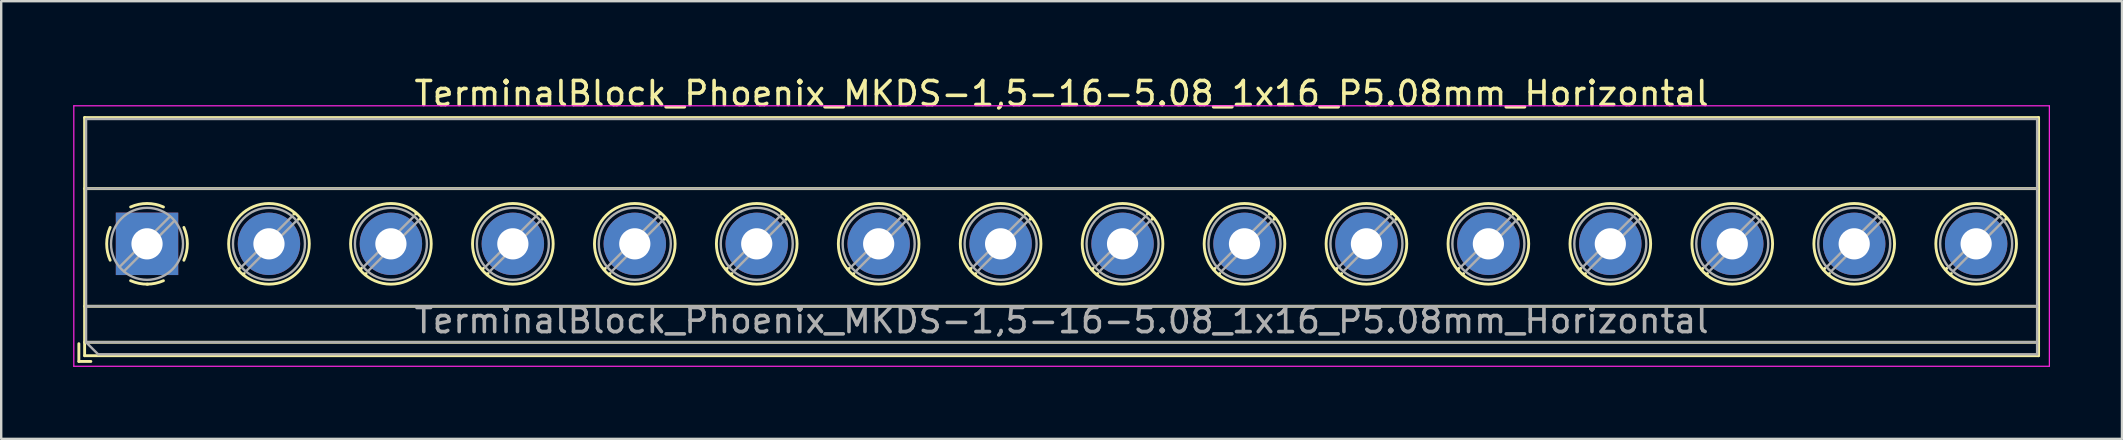
<source format=kicad_pcb>
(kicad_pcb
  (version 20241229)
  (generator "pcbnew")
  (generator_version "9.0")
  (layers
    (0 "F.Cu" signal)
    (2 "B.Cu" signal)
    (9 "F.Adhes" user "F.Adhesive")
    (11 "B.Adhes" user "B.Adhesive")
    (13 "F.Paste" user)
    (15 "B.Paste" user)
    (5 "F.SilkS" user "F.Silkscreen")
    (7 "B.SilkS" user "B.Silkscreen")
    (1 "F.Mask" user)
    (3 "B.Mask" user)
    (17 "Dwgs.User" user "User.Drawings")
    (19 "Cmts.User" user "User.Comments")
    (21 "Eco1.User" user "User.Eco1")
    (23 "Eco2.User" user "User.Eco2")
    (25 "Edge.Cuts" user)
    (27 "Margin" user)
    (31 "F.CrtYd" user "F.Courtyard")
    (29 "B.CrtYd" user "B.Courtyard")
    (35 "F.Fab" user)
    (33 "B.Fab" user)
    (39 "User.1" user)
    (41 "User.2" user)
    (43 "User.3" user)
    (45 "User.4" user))
  (footprint "TerminalBlock_Phoenix_MKDS-1,5-16-5.08_1x16_P5.08mm_Horizontal"
    (layer "F.Cu")
    (at 3.075 7.108)
    (property "Reference" "TerminalBlock_Phoenix_MKDS-1,5-16-5.08_1x16_P5.08mm_Horizontal" (at 38.1 -6.26 0) (layer "F.SilkS") (effects (font (size 1 1) (thickness 0.15))))
    (attr through_hole)
    (fp_line (start -2.84 4.16) (end -2.84 4.9) (stroke (width 0.12) (type solid)) (layer "F.SilkS"))
    (fp_line (start -2.84 4.9) (end -2.34 4.9) (stroke (width 0.12) (type solid)) (layer "F.SilkS"))
    (fp_line (start -2.6 -5.261) (end -2.6 4.66) (stroke (width 0.12) (type solid)) (layer "F.SilkS"))
    (fp_line (start -2.6 -5.261) (end 78.801 -5.261) (stroke (width 0.12) (type solid)) (layer "F.SilkS"))
    (fp_line (start -2.6 -2.301) (end 78.801 -2.301) (stroke (width 0.12) (type solid)) (layer "F.SilkS"))
    (fp_line (start -2.6 2.6) (end 78.801 2.6) (stroke (width 0.12) (type solid)) (layer "F.SilkS"))
    (fp_line (start -2.6 4.1) (end 78.801 4.1) (stroke (width 0.12) (type solid)) (layer "F.SilkS"))
    (fp_line (start -2.6 4.66) (end 78.801 4.66) (stroke (width 0.12) (type solid)) (layer "F.SilkS"))
    (fp_line (start 3.853 1.023) (end 3.806 1.069) (stroke (width 0.12) (type solid)) (layer "F.SilkS"))
    (fp_line (start 4.046 1.239) (end 4.011 1.274) (stroke (width 0.12) (type solid)) (layer "F.SilkS"))
    (fp_line (start 6.15 -1.275) (end 6.115 -1.239) (stroke (width 0.12) (type solid)) (layer "F.SilkS"))
    (fp_line (start 6.355 -1.069) (end 6.308 -1.023) (stroke (width 0.12) (type solid)) (layer "F.SilkS"))
    (fp_line (start 8.933 1.023) (end 8.886 1.069) (stroke (width 0.12) (type solid)) (layer "F.SilkS"))
    (fp_line (start 9.126 1.239) (end 9.091 1.274) (stroke (width 0.12) (type solid)) (layer "F.SilkS"))
    (fp_line (start 11.23 -1.275) (end 11.195 -1.239) (stroke (width 0.12) (type solid)) (layer "F.SilkS"))
    (fp_line (start 11.435 -1.069) (end 11.388 -1.023) (stroke (width 0.12) (type solid)) (layer "F.SilkS"))
    (fp_line (start 14.013 1.023) (end 13.966 1.069) (stroke (width 0.12) (type solid)) (layer "F.SilkS"))
    (fp_line (start 14.206 1.239) (end 14.171 1.274) (stroke (width 0.12) (type solid)) (layer "F.SilkS"))
    (fp_line (start 16.31 -1.275) (end 16.275 -1.239) (stroke (width 0.12) (type solid)) (layer "F.SilkS"))
    (fp_line (start 16.515 -1.069) (end 16.468 -1.023) (stroke (width 0.12) (type solid)) (layer "F.SilkS"))
    (fp_line (start 19.093 1.023) (end 19.046 1.069) (stroke (width 0.12) (type solid)) (layer "F.SilkS"))
    (fp_line (start 19.286 1.239) (end 19.251 1.274) (stroke (width 0.12) (type solid)) (layer "F.SilkS"))
    (fp_line (start 21.39 -1.275) (end 21.355 -1.239) (stroke (width 0.12) (type solid)) (layer "F.SilkS"))
    (fp_line (start 21.595 -1.069) (end 21.548 -1.023) (stroke (width 0.12) (type solid)) (layer "F.SilkS"))
    (fp_line (start 24.173 1.023) (end 24.126 1.069) (stroke (width 0.12) (type solid)) (layer "F.SilkS"))
    (fp_line (start 24.366 1.239) (end 24.331 1.274) (stroke (width 0.12) (type solid)) (layer "F.SilkS"))
    (fp_line (start 26.47 -1.275) (end 26.435 -1.239) (stroke (width 0.12) (type solid)) (layer "F.SilkS"))
    (fp_line (start 26.675 -1.069) (end 26.628 -1.023) (stroke (width 0.12) (type solid)) (layer "F.SilkS"))
    (fp_line (start 29.253 1.023) (end 29.206 1.069) (stroke (width 0.12) (type solid)) (layer "F.SilkS"))
    (fp_line (start 29.446 1.239) (end 29.411 1.274) (stroke (width 0.12) (type solid)) (layer "F.SilkS"))
    (fp_line (start 31.55 -1.275) (end 31.515 -1.239) (stroke (width 0.12) (type solid)) (layer "F.SilkS"))
    (fp_line (start 31.755 -1.069) (end 31.708 -1.023) (stroke (width 0.12) (type solid)) (layer "F.SilkS"))
    (fp_line (start 34.333 1.023) (end 34.286 1.069) (stroke (width 0.12) (type solid)) (layer "F.SilkS"))
    (fp_line (start 34.526 1.239) (end 34.491 1.274) (stroke (width 0.12) (type solid)) (layer "F.SilkS"))
    (fp_line (start 36.63 -1.275) (end 36.595 -1.239) (stroke (width 0.12) (type solid)) (layer "F.SilkS"))
    (fp_line (start 36.835 -1.069) (end 36.788 -1.023) (stroke (width 0.12) (type solid)) (layer "F.SilkS"))
    (fp_line (start 39.413 1.023) (end 39.366 1.069) (stroke (width 0.12) (type solid)) (layer "F.SilkS"))
    (fp_line (start 39.606 1.239) (end 39.571 1.274) (stroke (width 0.12) (type solid)) (layer "F.SilkS"))
    (fp_line (start 41.71 -1.275) (end 41.675 -1.239) (stroke (width 0.12) (type solid)) (layer "F.SilkS"))
    (fp_line (start 41.915 -1.069) (end 41.868 -1.023) (stroke (width 0.12) (type solid)) (layer "F.SilkS"))
    (fp_line (start 44.493 1.023) (end 44.446 1.069) (stroke (width 0.12) (type solid)) (layer "F.SilkS"))
    (fp_line (start 44.686 1.239) (end 44.651 1.274) (stroke (width 0.12) (type solid)) (layer "F.SilkS"))
    (fp_line (start 46.79 -1.275) (end 46.755 -1.239) (stroke (width 0.12) (type solid)) (layer "F.SilkS"))
    (fp_line (start 46.995 -1.069) (end 46.948 -1.023) (stroke (width 0.12) (type solid)) (layer "F.SilkS"))
    (fp_line (start 49.573 1.023) (end 49.526 1.069) (stroke (width 0.12) (type solid)) (layer "F.SilkS"))
    (fp_line (start 49.766 1.239) (end 49.731 1.274) (stroke (width 0.12) (type solid)) (layer "F.SilkS"))
    (fp_line (start 51.87 -1.275) (end 51.835 -1.239) (stroke (width 0.12) (type solid)) (layer "F.SilkS"))
    (fp_line (start 52.075 -1.069) (end 52.028 -1.023) (stroke (width 0.12) (type solid)) (layer "F.SilkS"))
    (fp_line (start 54.653 1.023) (end 54.606 1.069) (stroke (width 0.12) (type solid)) (layer "F.SilkS"))
    (fp_line (start 54.846 1.239) (end 54.811 1.274) (stroke (width 0.12) (type solid)) (layer "F.SilkS"))
    (fp_line (start 56.95 -1.275) (end 56.915 -1.239) (stroke (width 0.12) (type solid)) (layer "F.SilkS"))
    (fp_line (start 57.155 -1.069) (end 57.108 -1.023) (stroke (width 0.12) (type solid)) (layer "F.SilkS"))
    (fp_line (start 59.733 1.023) (end 59.686 1.069) (stroke (width 0.12) (type solid)) (layer "F.SilkS"))
    (fp_line (start 59.926 1.239) (end 59.891 1.274) (stroke (width 0.12) (type solid)) (layer "F.SilkS"))
    (fp_line (start 62.03 -1.275) (end 61.995 -1.239) (stroke (width 0.12) (type solid)) (layer "F.SilkS"))
    (fp_line (start 62.235 -1.069) (end 62.188 -1.023) (stroke (width 0.12) (type solid)) (layer "F.SilkS"))
    (fp_line (start 64.813 1.023) (end 64.766 1.069) (stroke (width 0.12) (type solid)) (layer "F.SilkS"))
    (fp_line (start 65.006 1.239) (end 64.971 1.274) (stroke (width 0.12) (type solid)) (layer "F.SilkS"))
    (fp_line (start 67.11 -1.275) (end 67.075 -1.239) (stroke (width 0.12) (type solid)) (layer "F.SilkS"))
    (fp_line (start 67.315 -1.069) (end 67.268 -1.023) (stroke (width 0.12) (type solid)) (layer "F.SilkS"))
    (fp_line (start 69.893 1.023) (end 69.846 1.069) (stroke (width 0.12) (type solid)) (layer "F.SilkS"))
    (fp_line (start 70.086 1.239) (end 70.051 1.274) (stroke (width 0.12) (type solid)) (layer "F.SilkS"))
    (fp_line (start 72.19 -1.275) (end 72.155 -1.239) (stroke (width 0.12) (type solid)) (layer "F.SilkS"))
    (fp_line (start 72.395 -1.069) (end 72.348 -1.023) (stroke (width 0.12) (type solid)) (layer "F.SilkS"))
    (fp_line (start 74.973 1.023) (end 74.926 1.069) (stroke (width 0.12) (type solid)) (layer "F.SilkS"))
    (fp_line (start 75.166 1.239) (end 75.131 1.274) (stroke (width 0.12) (type solid)) (layer "F.SilkS"))
    (fp_line (start 77.27 -1.275) (end 77.235 -1.239) (stroke (width 0.12) (type solid)) (layer "F.SilkS"))
    (fp_line (start 77.475 -1.069) (end 77.428 -1.023) (stroke (width 0.12) (type solid)) (layer "F.SilkS"))
    (fp_line (start 78.801 -5.261) (end 78.801 4.66) (stroke (width 0.12) (type solid)) (layer "F.SilkS"))
    (fp_arc (start -1.535427 0.683042) (mid -1.680501 -0.000524) (end -1.535 -0.684) (stroke (width 0.12) (type solid)) (layer "F.SilkS"))
    (fp_arc (start -0.683042 -1.535427) (mid 0.000524 -1.680501) (end 0.684 -1.535) (stroke (width 0.12) (type solid)) (layer "F.SilkS"))
    (fp_arc (start 0.028805 1.680253) (mid -0.335551 1.646659) (end -0.684 1.535) (stroke (width 0.12) (type solid)) (layer "F.SilkS"))
    (fp_arc (start 0.683318 1.534756) (mid 0.349292 1.643288) (end 0 1.68) (stroke (width 0.12) (type solid)) (layer "F.SilkS"))
    (fp_arc (start 1.535427 -0.683042) (mid 1.680501 0.000524) (end 1.535 0.684) (stroke (width 0.12) (type solid)) (layer "F.SilkS"))
    (fp_circle (center 5.08 0) (end 6.76 0) (stroke (width 0.12) (type solid)) (fill no) (layer "F.SilkS"))
    (fp_circle (center 10.16 0) (end 11.84 0) (stroke (width 0.12) (type solid)) (fill no) (layer "F.SilkS"))
    (fp_circle (center 15.24 0) (end 16.92 0) (stroke (width 0.12) (type solid)) (fill no) (layer "F.SilkS"))
    (fp_circle (center 20.32 0) (end 22 0) (stroke (width 0.12) (type solid)) (fill no) (layer "F.SilkS"))
    (fp_circle (center 25.4 0) (end 27.08 0) (stroke (width 0.12) (type solid)) (fill no) (layer "F.SilkS"))
    (fp_circle (center 30.48 0) (end 32.16 0) (stroke (width 0.12) (type solid)) (fill no) (layer "F.SilkS"))
    (fp_circle (center 35.56 0) (end 37.24 0) (stroke (width 0.12) (type solid)) (fill no) (layer "F.SilkS"))
    (fp_circle (center 40.64 0) (end 42.32 0) (stroke (width 0.12) (type solid)) (fill no) (layer "F.SilkS"))
    (fp_circle (center 45.72 0) (end 47.4 0) (stroke (width 0.12) (type solid)) (fill no) (layer "F.SilkS"))
    (fp_circle (center 50.8 0) (end 52.48 0) (stroke (width 0.12) (type solid)) (fill no) (layer "F.SilkS"))
    (fp_circle (center 55.88 0) (end 57.56 0) (stroke (width 0.12) (type solid)) (fill no) (layer "F.SilkS"))
    (fp_circle (center 60.96 0) (end 62.64 0) (stroke (width 0.12) (type solid)) (fill no) (layer "F.SilkS"))
    (fp_circle (center 66.04 0) (end 67.72 0) (stroke (width 0.12) (type solid)) (fill no) (layer "F.SilkS"))
    (fp_circle (center 71.12 0) (end 72.8 0) (stroke (width 0.12) (type solid)) (fill no) (layer "F.SilkS"))
    (fp_circle (center 76.2 0) (end 77.88 0) (stroke (width 0.12) (type solid)) (fill no) (layer "F.SilkS"))
    (fp_line (start -3.05 -5.75) (end -3.05 5.1) (stroke (width 0.05) (type solid)) (layer "F.CrtYd"))
    (fp_line (start -3.05 5.1) (end 79.25 5.1) (stroke (width 0.05) (type solid)) (layer "F.CrtYd"))
    (fp_line (start 79.25 -5.75) (end -3.05 -5.75) (stroke (width 0.05) (type solid)) (layer "F.CrtYd"))
    (fp_line (start 79.25 5.1) (end 79.25 -5.75) (stroke (width 0.05) (type solid)) (layer "F.CrtYd"))
    (fp_line (start -2.54 -5.2) (end 78.74 -5.2) (stroke (width 0.1) (type solid)) (layer "F.Fab"))
    (fp_line (start -2.54 -2.3) (end 78.74 -2.3) (stroke (width 0.1) (type solid)) (layer "F.Fab"))
    (fp_line (start -2.54 2.6) (end 78.74 2.6) (stroke (width 0.1) (type solid)) (layer "F.Fab"))
    (fp_line (start -2.54 4.1) (end -2.54 -5.2) (stroke (width 0.1) (type solid)) (layer "F.Fab"))
    (fp_line (start -2.54 4.1) (end 78.74 4.1) (stroke (width 0.1) (type solid)) (layer "F.Fab"))
    (fp_line (start -2.04 4.6) (end -2.54 4.1) (stroke (width 0.1) (type solid)) (layer "F.Fab"))
    (fp_line (start 0.955 -1.138) (end -1.138 0.955) (stroke (width 0.1) (type solid)) (layer "F.Fab"))
    (fp_line (start 1.138 -0.955) (end -0.955 1.138) (stroke (width 0.1) (type solid)) (layer "F.Fab"))
    (fp_line (start 6.035 -1.138) (end 3.943 0.955) (stroke (width 0.1) (type solid)) (layer "F.Fab"))
    (fp_line (start 6.218 -0.955) (end 4.126 1.138) (stroke (width 0.1) (type solid)) (layer "F.Fab"))
    (fp_line (start 11.115 -1.138) (end 9.023 0.955) (stroke (width 0.1) (type solid)) (layer "F.Fab"))
    (fp_line (start 11.298 -0.955) (end 9.206 1.138) (stroke (width 0.1) (type solid)) (layer "F.Fab"))
    (fp_line (start 16.195 -1.138) (end 14.103 0.955) (stroke (width 0.1) (type solid)) (layer "F.Fab"))
    (fp_line (start 16.378 -0.955) (end 14.286 1.138) (stroke (width 0.1) (type solid)) (layer "F.Fab"))
    (fp_line (start 21.275 -1.138) (end 19.183 0.955) (stroke (width 0.1) (type solid)) (layer "F.Fab"))
    (fp_line (start 21.458 -0.955) (end 19.366 1.138) (stroke (width 0.1) (type solid)) (layer "F.Fab"))
    (fp_line (start 26.355 -1.138) (end 24.263 0.955) (stroke (width 0.1) (type solid)) (layer "F.Fab"))
    (fp_line (start 26.538 -0.955) (end 24.446 1.138) (stroke (width 0.1) (type solid)) (layer "F.Fab"))
    (fp_line (start 31.435 -1.138) (end 29.343 0.955) (stroke (width 0.1) (type solid)) (layer "F.Fab"))
    (fp_line (start 31.618 -0.955) (end 29.526 1.138) (stroke (width 0.1) (type solid)) (layer "F.Fab"))
    (fp_line (start 36.515 -1.138) (end 34.423 0.955) (stroke (width 0.1) (type solid)) (layer "F.Fab"))
    (fp_line (start 36.698 -0.955) (end 34.606 1.138) (stroke (width 0.1) (type solid)) (layer "F.Fab"))
    (fp_line (start 41.595 -1.138) (end 39.503 0.955) (stroke (width 0.1) (type solid)) (layer "F.Fab"))
    (fp_line (start 41.778 -0.955) (end 39.686 1.138) (stroke (width 0.1) (type solid)) (layer "F.Fab"))
    (fp_line (start 46.675 -1.138) (end 44.583 0.955) (stroke (width 0.1) (type solid)) (layer "F.Fab"))
    (fp_line (start 46.858 -0.955) (end 44.766 1.138) (stroke (width 0.1) (type solid)) (layer "F.Fab"))
    (fp_line (start 51.755 -1.138) (end 49.663 0.955) (stroke (width 0.1) (type solid)) (layer "F.Fab"))
    (fp_line (start 51.938 -0.955) (end 49.846 1.138) (stroke (width 0.1) (type solid)) (layer "F.Fab"))
    (fp_line (start 56.835 -1.138) (end 54.743 0.955) (stroke (width 0.1) (type solid)) (layer "F.Fab"))
    (fp_line (start 57.018 -0.955) (end 54.926 1.138) (stroke (width 0.1) (type solid)) (layer "F.Fab"))
    (fp_line (start 61.915 -1.138) (end 59.823 0.955) (stroke (width 0.1) (type solid)) (layer "F.Fab"))
    (fp_line (start 62.098 -0.955) (end 60.006 1.138) (stroke (width 0.1) (type solid)) (layer "F.Fab"))
    (fp_line (start 66.995 -1.138) (end 64.903 0.955) (stroke (width 0.1) (type solid)) (layer "F.Fab"))
    (fp_line (start 67.178 -0.955) (end 65.086 1.138) (stroke (width 0.1) (type solid)) (layer "F.Fab"))
    (fp_line (start 72.075 -1.138) (end 69.983 0.955) (stroke (width 0.1) (type solid)) (layer "F.Fab"))
    (fp_line (start 72.258 -0.955) (end 70.166 1.138) (stroke (width 0.1) (type solid)) (layer "F.Fab"))
    (fp_line (start 77.155 -1.138) (end 75.063 0.955) (stroke (width 0.1) (type solid)) (layer "F.Fab"))
    (fp_line (start 77.338 -0.955) (end 75.246 1.138) (stroke (width 0.1) (type solid)) (layer "F.Fab"))
    (fp_line (start 78.74 -5.2) (end 78.74 4.6) (stroke (width 0.1) (type solid)) (layer "F.Fab"))
    (fp_line (start 78.74 4.6) (end -2.04 4.6) (stroke (width 0.1) (type solid)) (layer "F.Fab"))
    (fp_circle (center 0 0) (end 1.5 0) (stroke (width 0.1) (type solid)) (fill no) (layer "F.Fab"))
    (fp_circle (center 5.08 0) (end 6.58 0) (stroke (width 0.1) (type solid)) (fill no) (layer "F.Fab"))
    (fp_circle (center 10.16 0) (end 11.66 0) (stroke (width 0.1) (type solid)) (fill no) (layer "F.Fab"))
    (fp_circle (center 15.24 0) (end 16.74 0) (stroke (width 0.1) (type solid)) (fill no) (layer "F.Fab"))
    (fp_circle (center 20.32 0) (end 21.82 0) (stroke (width 0.1) (type solid)) (fill no) (layer "F.Fab"))
    (fp_circle (center 25.4 0) (end 26.9 0) (stroke (width 0.1) (type solid)) (fill no) (layer "F.Fab"))
    (fp_circle (center 30.48 0) (end 31.98 0) (stroke (width 0.1) (type solid)) (fill no) (layer "F.Fab"))
    (fp_circle (center 35.56 0) (end 37.06 0) (stroke (width 0.1) (type solid)) (fill no) (layer "F.Fab"))
    (fp_circle (center 40.64 0) (end 42.14 0) (stroke (width 0.1) (type solid)) (fill no) (layer "F.Fab"))
    (fp_circle (center 45.72 0) (end 47.22 0) (stroke (width 0.1) (type solid)) (fill no) (layer "F.Fab"))
    (fp_circle (center 50.8 0) (end 52.3 0) (stroke (width 0.1) (type solid)) (fill no) (layer "F.Fab"))
    (fp_circle (center 55.88 0) (end 57.38 0) (stroke (width 0.1) (type solid)) (fill no) (layer "F.Fab"))
    (fp_circle (center 60.96 0) (end 62.46 0) (stroke (width 0.1) (type solid)) (fill no) (layer "F.Fab"))
    (fp_circle (center 66.04 0) (end 67.54 0) (stroke (width 0.1) (type solid)) (fill no) (layer "F.Fab"))
    (fp_circle (center 71.12 0) (end 72.62 0) (stroke (width 0.1) (type solid)) (fill no) (layer "F.Fab"))
    (fp_circle (center 76.2 0) (end 77.7 0) (stroke (width 0.1) (type solid)) (fill no) (layer "F.Fab"))
    (fp_text user "${REFERENCE}" (at 38.1 3.2 0) (layer "F.Fab") (effects (font (size 1 1) (thickness 0.15))))
    (pad "1" thru_hole rect (at 0 0) (size 2.6 2.6) (drill 1.3) (layers "*.Cu" "*.Mask"))
    (pad "2" thru_hole circle (at 5.08 0) (size 2.6 2.6) (drill 1.3) (layers "*.Cu" "*.Mask"))
    (pad "3" thru_hole circle (at 10.16 0) (size 2.6 2.6) (drill 1.3) (layers "*.Cu" "*.Mask"))
    (pad "4" thru_hole circle (at 15.24 0) (size 2.6 2.6) (drill 1.3) (layers "*.Cu" "*.Mask"))
    (pad "5" thru_hole circle (at 20.32 0) (size 2.6 2.6) (drill 1.3) (layers "*.Cu" "*.Mask"))
    (pad "6" thru_hole circle (at 25.4 0) (size 2.6 2.6) (drill 1.3) (layers "*.Cu" "*.Mask"))
    (pad "7" thru_hole circle (at 30.48 0) (size 2.6 2.6) (drill 1.3) (layers "*.Cu" "*.Mask"))
    (pad "8" thru_hole circle (at 35.56 0) (size 2.6 2.6) (drill 1.3) (layers "*.Cu" "*.Mask"))
    (pad "9" thru_hole circle (at 40.64 0) (size 2.6 2.6) (drill 1.3) (layers "*.Cu" "*.Mask"))
    (pad "10" thru_hole circle (at 45.72 0) (size 2.6 2.6) (drill 1.3) (layers "*.Cu" "*.Mask"))
    (pad "11" thru_hole circle (at 50.8 0) (size 2.6 2.6) (drill 1.3) (layers "*.Cu" "*.Mask"))
    (pad "12" thru_hole circle (at 55.88 0) (size 2.6 2.6) (drill 1.3) (layers "*.Cu" "*.Mask"))
    (pad "13" thru_hole circle (at 60.96 0) (size 2.6 2.6) (drill 1.3) (layers "*.Cu" "*.Mask"))
    (pad "14" thru_hole circle (at 66.04 0) (size 2.6 2.6) (drill 1.3) (layers "*.Cu" "*.Mask"))
    (pad "15" thru_hole circle (at 71.12 0) (size 2.6 2.6) (drill 1.3) (layers "*.Cu" "*.Mask"))
    (pad "16" thru_hole circle (at 76.2 0) (size 2.6 2.6) (drill 1.3) (layers "*.Cu" "*.Mask")))
  (gr_rect
    (start -3 -3)
    (end 85.35 15.233)
    (stroke (width 0.1) (type default))
    (fill no)
    (layer "Edge.Cuts")))
</source>
